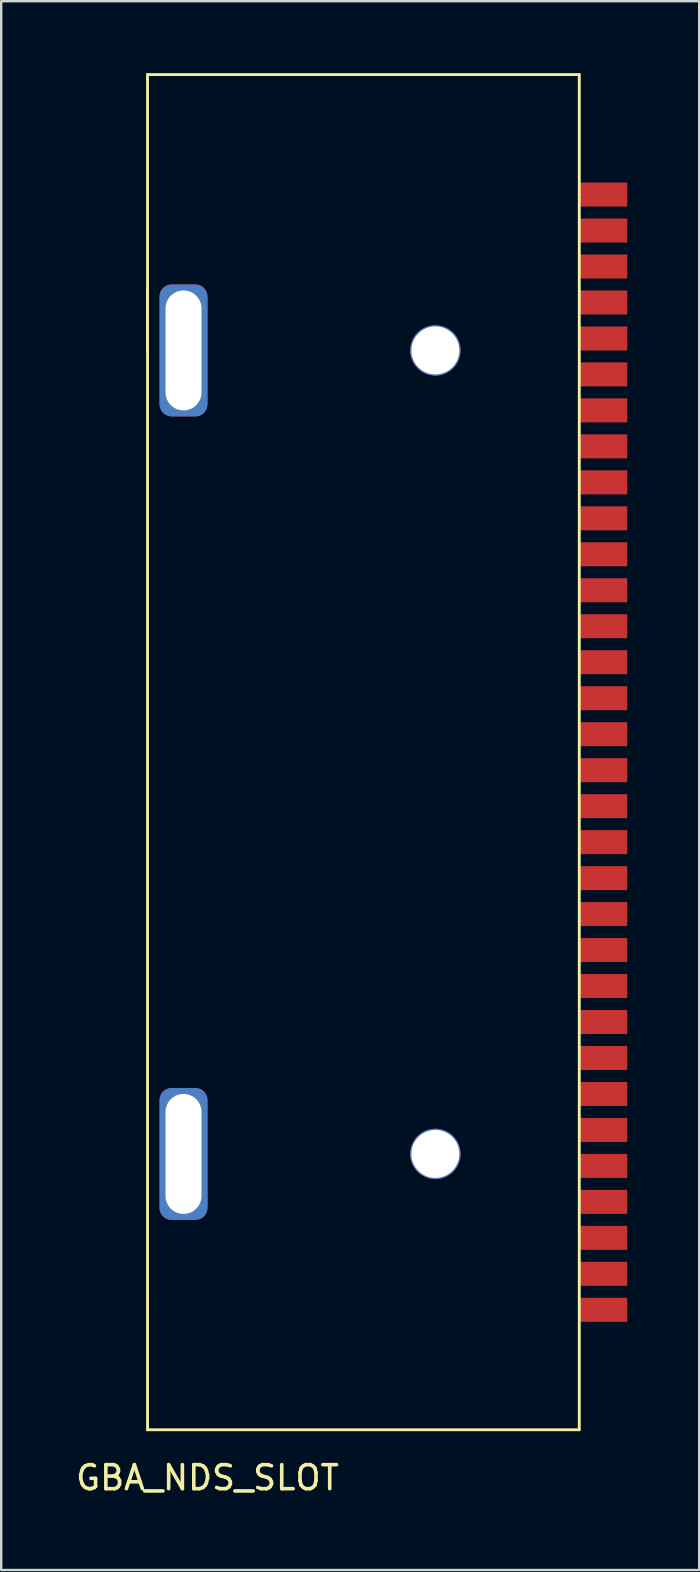
<source format=kicad_pcb>
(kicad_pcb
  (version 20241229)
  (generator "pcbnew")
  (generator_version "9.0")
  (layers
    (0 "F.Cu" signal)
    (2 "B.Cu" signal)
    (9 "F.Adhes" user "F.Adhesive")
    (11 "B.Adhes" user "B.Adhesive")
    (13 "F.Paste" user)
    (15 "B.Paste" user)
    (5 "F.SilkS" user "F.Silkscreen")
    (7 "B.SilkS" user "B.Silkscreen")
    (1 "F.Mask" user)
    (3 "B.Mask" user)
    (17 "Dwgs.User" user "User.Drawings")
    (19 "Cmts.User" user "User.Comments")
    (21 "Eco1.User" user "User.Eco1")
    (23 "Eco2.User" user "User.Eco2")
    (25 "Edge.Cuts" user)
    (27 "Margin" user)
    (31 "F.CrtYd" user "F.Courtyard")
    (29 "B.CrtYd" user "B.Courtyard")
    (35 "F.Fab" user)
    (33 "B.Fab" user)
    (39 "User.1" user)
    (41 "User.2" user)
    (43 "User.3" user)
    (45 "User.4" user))
  (footprint "GBA_NDS_SLOT"
    (layer "F.Cu")
    (at 12.101 28.06)
    (property "Reference" "GBA_NDS_SLOT" (at -6.5 30.5 0) (layer "F.SilkS") (effects (font (size 1 1) (thickness 0.15))))
    (attr through_hole)
    (fp_line (start -9 -28) (end -9 23.5) (stroke (width 0.12) (type solid)) (layer "F.SilkS"))
    (fp_line (start -9 -16.5) (end -9 -19) (stroke (width 0.12) (type solid)) (layer "F.SilkS"))
    (fp_line (start -9 23.5) (end -9 28.5) (stroke (width 0.12) (type solid)) (layer "F.SilkS"))
    (fp_line (start -9 28.5) (end 9 28.5) (stroke (width 0.12) (type solid)) (layer "F.SilkS"))
    (fp_line (start 9 -28) (end -9 -28) (stroke (width 0.12) (type solid)) (layer "F.SilkS"))
    (fp_line (start 9 -28) (end 9 -23) (stroke (width 0.12) (type solid)) (layer "F.SilkS"))
    (fp_line (start 9 28.5) (end 9 -23) (stroke (width 0.12) (type solid)) (layer "F.SilkS"))
    (pad "" thru_hole roundrect (at -7.5 -16.5) (size 2 5.5) (drill oval 1.5 5) (layers "*.Cu" "*.Mask") (roundrect_rratio 0.25))
    (pad "" thru_hole roundrect (at -7.5 17) (size 2 5.5) (drill oval 1.5 5) (layers "*.Cu" "*.Mask") (roundrect_rratio 0.25))
    (pad "" thru_hole circle (at 3 -16.5) (size 2.1 2.1) (drill 2) (layers "*.Cu" "*.Mask"))
    (pad "" thru_hole circle (at 3 17) (size 2.1 2.1) (drill 2) (layers "*.Cu" "*.Mask"))
    (pad "0" smd rect (at 10 -23) (size 2 1) (layers "F.Cu" "F.Mask" "F.Paste"))
    (pad "1" smd rect (at 10 -21.5) (size 2 1) (layers "F.Cu" "F.Mask" "F.Paste"))
    (pad "2" smd rect (at 10 -20) (size 2 1) (layers "F.Cu" "F.Mask" "F.Paste"))
    (pad "3" smd rect (at 10 -18.5) (size 2 1) (layers "F.Cu" "F.Mask" "F.Paste"))
    (pad "4" smd rect (at 10 -17) (size 2 1) (layers "F.Cu" "F.Mask" "F.Paste"))
    (pad "5" smd rect (at 10 -15.5) (size 2 1) (layers "F.Cu" "F.Mask" "F.Paste"))
    (pad "6" smd rect (at 10 -14) (size 2 1) (layers "F.Cu" "F.Mask" "F.Paste"))
    (pad "7" smd rect (at 10 -12.5) (size 2 1) (layers "F.Cu" "F.Mask" "F.Paste"))
    (pad "8" smd rect (at 10 -11) (size 2 1) (layers "F.Cu" "F.Mask" "F.Paste"))
    (pad "9" smd rect (at 10 -9.5) (size 2 1) (layers "F.Cu" "F.Mask" "F.Paste"))
    (pad "10" smd rect (at 10 -8) (size 2 1) (layers "F.Cu" "F.Mask" "F.Paste"))
    (pad "11" smd rect (at 10 -6.5) (size 2 1) (layers "F.Cu" "F.Mask" "F.Paste"))
    (pad "12" smd rect (at 10 -5) (size 2 1) (layers "F.Cu" "F.Mask" "F.Paste"))
    (pad "13" smd rect (at 10 -3.5) (size 2 1) (layers "F.Cu" "F.Mask" "F.Paste"))
    (pad "14" smd rect (at 10 -2) (size 2 1) (layers "F.Cu" "F.Mask" "F.Paste"))
    (pad "15" smd rect (at 10 -0.5) (size 2 1) (layers "F.Cu" "F.Mask" "F.Paste"))
    (pad "16" smd rect (at 10 1) (size 2 1) (layers "F.Cu" "F.Mask" "F.Paste"))
    (pad "17" smd rect (at 10 2.5) (size 2 1) (layers "F.Cu" "F.Mask" "F.Paste"))
    (pad "18" smd rect (at 10 4) (size 2 1) (layers "F.Cu" "F.Mask" "F.Paste"))
    (pad "19" smd rect (at 10 5.5) (size 2 1) (layers "F.Cu" "F.Mask" "F.Paste"))
    (pad "20" smd rect (at 10 7) (size 2 1) (layers "F.Cu" "F.Mask" "F.Paste"))
    (pad "21" smd rect (at 10 8.5) (size 2 1) (layers "F.Cu" "F.Mask" "F.Paste"))
    (pad "22" smd rect (at 10 10) (size 2 1) (layers "F.Cu" "F.Mask" "F.Paste"))
    (pad "23" smd rect (at 10 11.5) (size 2 1) (layers "F.Cu" "F.Mask" "F.Paste"))
    (pad "24" smd rect (at 10 13) (size 2 1) (layers "F.Cu" "F.Mask" "F.Paste"))
    (pad "25" smd rect (at 10 14.5) (size 2 1) (layers "F.Cu" "F.Mask" "F.Paste"))
    (pad "26" smd rect (at 10 16) (size 2 1) (layers "F.Cu" "F.Mask" "F.Paste"))
    (pad "27" smd rect (at 10 17.5) (size 2 1) (layers "F.Cu" "F.Mask" "F.Paste"))
    (pad "28" smd rect (at 10 19) (size 2 1) (layers "F.Cu" "F.Mask" "F.Paste"))
    (pad "29" smd rect (at 10 20.5) (size 2 1) (layers "F.Cu" "F.Mask" "F.Paste"))
    (pad "30" smd rect (at 10 22) (size 2 1) (layers "F.Cu" "F.Mask" "F.Paste"))
    (pad "31" smd rect (at 10 23.5) (size 2 1) (layers "F.Cu" "F.Mask" "F.Paste")))
  (gr_rect
    (start -3 -3)
    (end 26.101 62.408)
    (stroke (width 0.1) (type default))
    (fill no)
    (layer "Edge.Cuts")))
</source>
